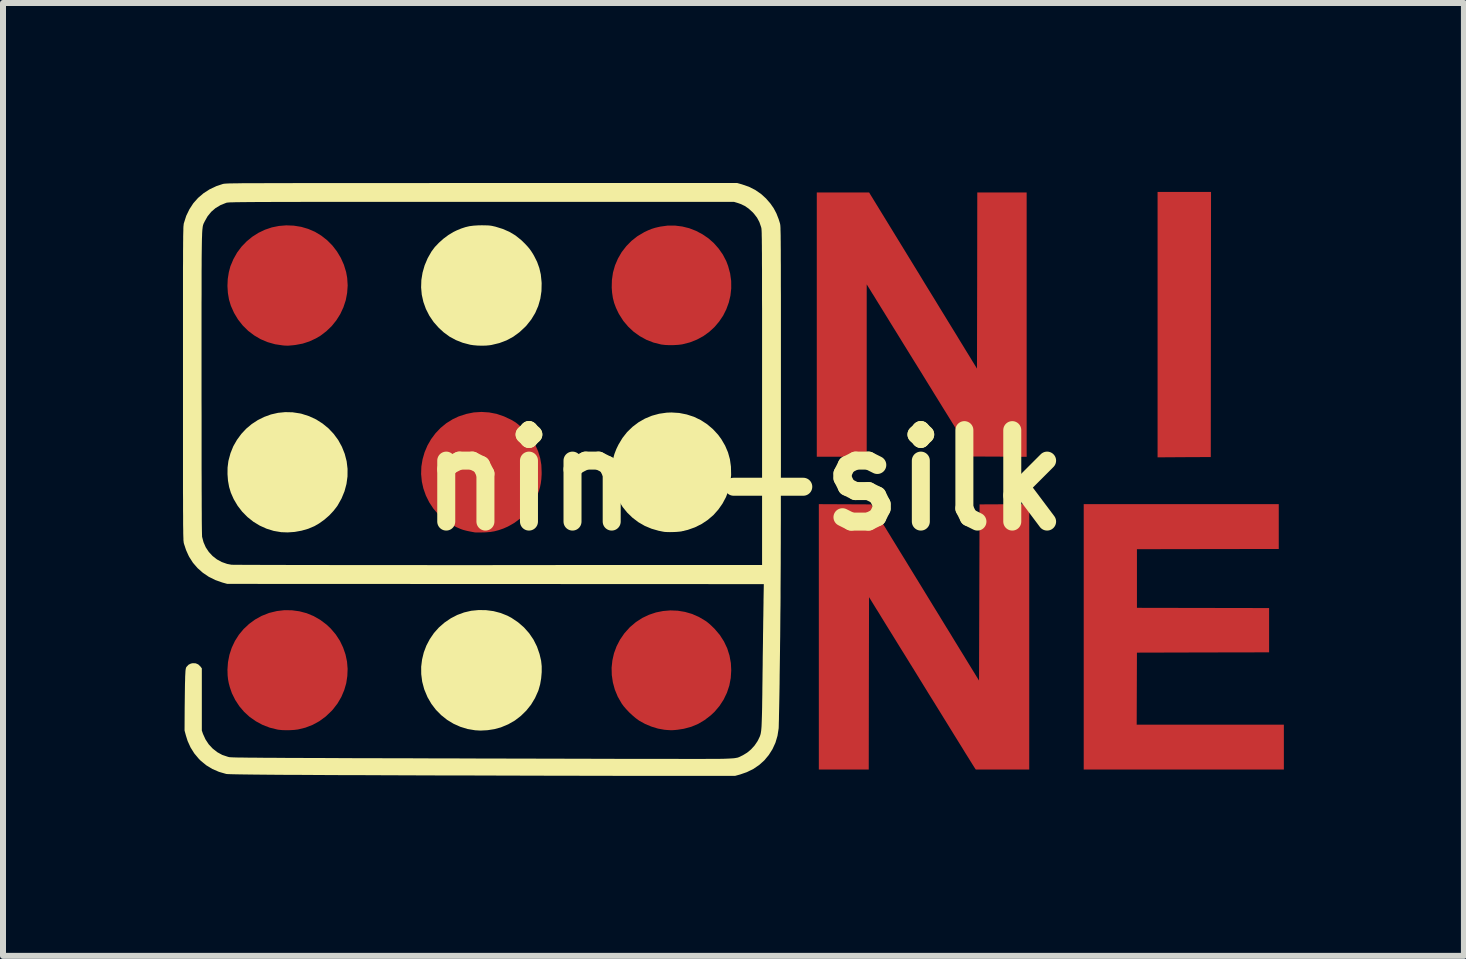
<source format=kicad_pcb>
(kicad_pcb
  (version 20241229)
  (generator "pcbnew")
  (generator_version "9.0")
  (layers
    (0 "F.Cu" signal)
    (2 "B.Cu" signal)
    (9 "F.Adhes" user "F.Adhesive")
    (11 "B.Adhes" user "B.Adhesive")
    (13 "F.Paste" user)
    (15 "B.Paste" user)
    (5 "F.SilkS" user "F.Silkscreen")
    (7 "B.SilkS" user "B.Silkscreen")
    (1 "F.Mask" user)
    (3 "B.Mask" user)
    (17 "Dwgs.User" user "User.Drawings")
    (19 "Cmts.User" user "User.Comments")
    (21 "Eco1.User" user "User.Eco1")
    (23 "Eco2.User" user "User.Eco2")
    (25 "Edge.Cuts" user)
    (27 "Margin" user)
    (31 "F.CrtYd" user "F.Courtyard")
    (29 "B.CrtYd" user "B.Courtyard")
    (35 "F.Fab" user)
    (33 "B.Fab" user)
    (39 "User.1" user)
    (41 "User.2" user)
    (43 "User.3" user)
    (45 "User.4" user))
  (footprint "nine-silk"
    (layer "F.Cu")
    (at 9.359 4.954)
    (property "Reference" "nine-silk" (at 0 0 0) (layer "F.SilkS") (effects (font (size 1.524 1.524) (thickness 0.3))))
    (attr board_only exclude_from_pos_files exclude_from_bom)
    (fp_poly (pts (xy 7.774 -2.596) (xy 7.772 -0.386) (xy 7.328 -0.384) (xy 6.885 -0.381) (xy 6.885 -4.805) (xy 7.776 -4.805)) (stroke (width 0) (type solid)) (fill yes) (layer "F.Cu"))
    (fp_poly (pts (xy 8.905 1.146) (xy 7.723 1.148) (xy 6.541 1.15) (xy 6.541 2.127) (xy 7.642 2.129) (xy 8.744 2.131) (xy 8.744 2.869) (xy 7.642 2.871) (xy 6.541 2.874) (xy 6.539 3.474) (xy 6.537 4.075) (xy 8.99 4.075) (xy 8.99 4.822) (xy 5.654 4.822) (xy 5.654 0.399) (xy 8.905 0.399)) (stroke (width 0) (type solid)) (fill yes) (layer "F.Cu"))
    (fp_poly (pts (xy -7.513 -4.243) (xy -7.388 -4.223) (xy -7.273 -4.189) (xy -7.159 -4.14) (xy -7.053 -4.076) (xy -6.955 -3.999) (xy -6.868 -3.911) (xy -6.792 -3.812) (xy -6.728 -3.705) (xy -6.677 -3.591) (xy -6.64 -3.47) (xy -6.622 -3.371) (xy -6.614 -3.246) (xy -6.623 -3.121) (xy -6.646 -3) (xy -6.685 -2.882) (xy -6.737 -2.77) (xy -6.803 -2.665) (xy -6.881 -2.568) (xy -6.971 -2.482) (xy -7.071 -2.406) (xy -7.147 -2.362) (xy -7.253 -2.313) (xy -7.363 -2.277) (xy -7.48 -2.255) (xy -7.52 -2.25) (xy -7.566 -2.246) (xy -7.601 -2.243) (xy -7.631 -2.243) (xy -7.663 -2.244) (xy -7.696 -2.247) (xy -7.824 -2.266) (xy -7.947 -2.301) (xy -8.064 -2.35) (xy -8.173 -2.414) (xy -8.273 -2.49) (xy -8.363 -2.579) (xy -8.442 -2.679) (xy -8.508 -2.789) (xy -8.561 -2.907) (xy -8.592 -3.01) (xy -8.611 -3.122) (xy -8.618 -3.238) (xy -8.613 -3.354) (xy -8.595 -3.467) (xy -8.569 -3.565) (xy -8.519 -3.684) (xy -8.457 -3.794) (xy -8.383 -3.893) (xy -8.298 -3.981) (xy -8.204 -4.058) (xy -8.102 -4.123) (xy -7.993 -4.175) (xy -7.878 -4.214) (xy -7.759 -4.238) (xy -7.637 -4.248)) (stroke (width 0) (type solid)) (fill yes) (layer "F.Cu"))
    (fp_poly (pts (xy -7.542 2.168) (xy -7.418 2.185) (xy -7.297 2.217) (xy -7.181 2.265) (xy -7.071 2.328) (xy -6.968 2.405) (xy -6.895 2.474) (xy -6.812 2.572) (xy -6.743 2.678) (xy -6.69 2.789) (xy -6.65 2.905) (xy -6.625 3.023) (xy -6.615 3.144) (xy -6.62 3.264) (xy -6.638 3.384) (xy -6.672 3.5) (xy -6.72 3.613) (xy -6.783 3.721) (xy -6.86 3.821) (xy -6.885 3.848) (xy -6.982 3.94) (xy -7.087 4.017) (xy -7.199 4.078) (xy -7.318 4.124) (xy -7.445 4.155) (xy -7.448 4.155) (xy -7.505 4.162) (xy -7.57 4.166) (xy -7.64 4.167) (xy -7.707 4.165) (xy -7.766 4.159) (xy -7.789 4.155) (xy -7.914 4.124) (xy -8.033 4.078) (xy -8.144 4.018) (xy -8.247 3.946) (xy -8.339 3.862) (xy -8.42 3.767) (xy -8.488 3.663) (xy -8.544 3.55) (xy -8.578 3.451) (xy -8.596 3.383) (xy -8.608 3.32) (xy -8.615 3.255) (xy -8.617 3.183) (xy -8.618 3.161) (xy -8.609 3.033) (xy -8.585 2.91) (xy -8.546 2.791) (xy -8.493 2.679) (xy -8.427 2.575) (xy -8.348 2.48) (xy -8.258 2.396) (xy -8.157 2.322) (xy -8.047 2.261) (xy -7.928 2.214) (xy -7.922 2.212) (xy -7.795 2.181) (xy -7.668 2.166)) (stroke (width 0) (type solid)) (fill yes) (layer "F.Cu"))
    (fp_poly (pts (xy -1.038 -4.229) (xy -0.921 -4.2) (xy -0.808 -4.156) (xy -0.702 -4.1) (xy -0.602 -4.032) (xy -0.511 -3.952) (xy -0.431 -3.861) (xy -0.361 -3.761) (xy -0.304 -3.652) (xy -0.273 -3.57) (xy -0.239 -3.445) (xy -0.222 -3.321) (xy -0.221 -3.198) (xy -0.234 -3.078) (xy -0.262 -2.961) (xy -0.303 -2.849) (xy -0.356 -2.743) (xy -0.422 -2.645) (xy -0.499 -2.554) (xy -0.587 -2.473) (xy -0.685 -2.402) (xy -0.792 -2.344) (xy -0.907 -2.298) (xy -1.031 -2.266) (xy -1.048 -2.263) (xy -1.108 -2.256) (xy -1.178 -2.252) (xy -1.25 -2.251) (xy -1.32 -2.254) (xy -1.381 -2.261) (xy -1.392 -2.263) (xy -1.516 -2.294) (xy -1.634 -2.34) (xy -1.745 -2.401) (xy -1.847 -2.474) (xy -1.939 -2.56) (xy -2.02 -2.656) (xy -2.088 -2.763) (xy -2.1 -2.784) (xy -2.142 -2.873) (xy -2.173 -2.956) (xy -2.194 -3.039) (xy -2.207 -3.127) (xy -2.213 -3.21) (xy -2.21 -3.337) (xy -2.192 -3.461) (xy -2.158 -3.581) (xy -2.109 -3.695) (xy -2.047 -3.802) (xy -1.971 -3.9) (xy -1.884 -3.989) (xy -1.785 -4.067) (xy -1.675 -4.132) (xy -1.674 -4.133) (xy -1.609 -4.164) (xy -1.55 -4.188) (xy -1.49 -4.207) (xy -1.422 -4.223) (xy -1.403 -4.227) (xy -1.28 -4.244) (xy -1.158 -4.244)) (stroke (width 0) (type solid)) (fill yes) (layer "F.Cu"))
    (fp_poly (pts (xy -1.113 2.175) (xy -0.992 2.195) (xy -0.874 2.229) (xy -0.76 2.279) (xy -0.652 2.343) (xy -0.611 2.373) (xy -0.585 2.395) (xy -0.553 2.424) (xy -0.519 2.457) (xy -0.496 2.48) (xy -0.411 2.58) (xy -0.342 2.688) (xy -0.288 2.802) (xy -0.25 2.922) (xy -0.227 3.048) (xy -0.221 3.167) (xy -0.229 3.297) (xy -0.253 3.423) (xy -0.293 3.543) (xy -0.348 3.657) (xy -0.417 3.763) (xy -0.5 3.861) (xy -0.562 3.919) (xy -0.665 3.998) (xy -0.773 4.062) (xy -0.888 4.11) (xy -1.011 4.143) (xy -1.114 4.159) (xy -1.165 4.164) (xy -1.208 4.167) (xy -1.248 4.166) (xy -1.293 4.163) (xy -1.337 4.159) (xy -1.442 4.14) (xy -1.55 4.107) (xy -1.656 4.063) (xy -1.755 4.008) (xy -1.765 4.001) (xy -1.813 3.966) (xy -1.866 3.921) (xy -1.92 3.871) (xy -1.971 3.817) (xy -2.015 3.766) (xy -2.047 3.722) (xy -2.112 3.609) (xy -2.161 3.491) (xy -2.194 3.37) (xy -2.212 3.247) (xy -2.215 3.125) (xy -2.202 3.003) (xy -2.175 2.884) (xy -2.132 2.768) (xy -2.075 2.658) (xy -2.003 2.553) (xy -1.917 2.457) (xy -1.906 2.446) (xy -1.809 2.364) (xy -1.704 2.296) (xy -1.592 2.243) (xy -1.476 2.204) (xy -1.356 2.18) (xy -1.235 2.17)) (stroke (width 0) (type solid)) (fill yes) (layer "F.Cu"))
    (fp_poly (pts (xy 2.921 -3.419) (xy 3.007 -3.277) (xy 3.092 -3.139) (xy 3.175 -3.004) (xy 3.254 -2.874) (xy 3.331 -2.749) (xy 3.403 -2.631) (xy 3.472 -2.519) (xy 3.536 -2.415) (xy 3.594 -2.319) (xy 3.647 -2.233) (xy 3.694 -2.156) (xy 3.734 -2.091) (xy 3.768 -2.036) (xy 3.793 -1.994) (xy 3.811 -1.965) (xy 3.82 -1.951) (xy 3.875 -1.86) (xy 3.878 -3.328) (xy 3.88 -4.796) (xy 4.703 -4.796) (xy 4.703 -0.39) (xy 4.257 -0.393) (xy 3.811 -0.395) (xy 3.475 -0.938) (xy 3.418 -1.03) (xy 3.361 -1.122) (xy 3.305 -1.212) (xy 3.252 -1.298) (xy 3.202 -1.379) (xy 3.156 -1.453) (xy 3.116 -1.519) (xy 3.081 -1.575) (xy 3.054 -1.619) (xy 3.039 -1.643) (xy 3.015 -1.682) (xy 2.983 -1.734) (xy 2.945 -1.796) (xy 2.902 -1.865) (xy 2.855 -1.941) (xy 2.805 -2.021) (xy 2.755 -2.102) (xy 2.705 -2.183) (xy 2.695 -2.199) (xy 2.643 -2.283) (xy 2.589 -2.371) (xy 2.534 -2.46) (xy 2.48 -2.547) (xy 2.428 -2.631) (xy 2.381 -2.708) (xy 2.339 -2.776) (xy 2.305 -2.831) (xy 2.266 -2.894) (xy 2.227 -2.957) (xy 2.19 -3.017) (xy 2.156 -3.073) (xy 2.126 -3.12) (xy 2.104 -3.157) (xy 2.098 -3.166) (xy 2.037 -3.264) (xy 2.037 -0.391) (xy 1.205 -0.391) (xy 1.205 -4.796) (xy 2.077 -4.796)) (stroke (width 0) (type solid)) (fill yes) (layer "F.Cu"))
    (fp_poly (pts (xy 4.746 4.822) (xy 3.855 4.822) (xy 3.839 4.799) (xy 3.833 4.789) (xy 3.818 4.766) (xy 3.795 4.729) (xy 3.765 4.681) (xy 3.728 4.621) (xy 3.684 4.551) (xy 3.635 4.471) (xy 3.579 4.381) (xy 3.519 4.284) (xy 3.454 4.179) (xy 3.385 4.067) (xy 3.312 3.949) (xy 3.236 3.826) (xy 3.157 3.698) (xy 3.077 3.57) (xy 2.994 3.435) (xy 2.912 3.302) (xy 2.832 3.172) (xy 2.753 3.045) (xy 2.678 2.923) (xy 2.605 2.806) (xy 2.537 2.696) (xy 2.473 2.592) (xy 2.414 2.497) (xy 2.361 2.411) (xy 2.314 2.335) (xy 2.274 2.27) (xy 2.242 2.217) (xy 2.217 2.177) (xy 2.204 2.157) (xy 2.076 1.949) (xy 2.073 3.385) (xy 2.071 4.822) (xy 1.239 4.822) (xy 1.239 0.399) (xy 1.674 0.401) (xy 2.109 0.403) (xy 2.25 0.632) (xy 2.291 0.7) (xy 2.339 0.778) (xy 2.393 0.866) (xy 2.453 0.964) (xy 2.52 1.073) (xy 2.594 1.194) (xy 2.676 1.327) (xy 2.765 1.473) (xy 2.862 1.631) (xy 2.967 1.802) (xy 3.08 1.987) (xy 3.173 2.139) (xy 3.233 2.236) (xy 3.295 2.338) (xy 3.36 2.444) (xy 3.425 2.549) (xy 3.488 2.653) (xy 3.549 2.752) (xy 3.605 2.844) (xy 3.656 2.926) (xy 3.696 2.992) (xy 3.909 3.339) (xy 3.918 0.403) (xy 4.332 0.401) (xy 4.746 0.399)) (stroke (width 0) (type solid)) (fill yes) (layer "F.Cu"))
    (fp_poly (pts (xy -4.258 -1.13) (xy -4.132 -1.106) (xy -4.009 -1.064) (xy -3.888 -1.007) (xy -3.813 -0.962) (xy -3.783 -0.939) (xy -3.745 -0.907) (xy -3.703 -0.867) (xy -3.66 -0.825) (xy -3.62 -0.782) (xy -3.585 -0.743) (xy -3.559 -0.711) (xy -3.555 -0.703) (xy -3.489 -0.592) (xy -3.44 -0.482) (xy -3.406 -0.371) (xy -3.386 -0.256) (xy -3.381 -0.135) (xy -3.381 -0.098) (xy -3.386 -0.018) (xy -3.395 0.051) (xy -3.408 0.115) (xy -3.427 0.18) (xy -3.447 0.234) (xy -3.5 0.348) (xy -3.567 0.454) (xy -3.647 0.551) (xy -3.737 0.638) (xy -3.837 0.712) (xy -3.945 0.773) (xy -4.02 0.806) (xy -4.096 0.832) (xy -4.167 0.851) (xy -4.238 0.863) (xy -4.316 0.869) (xy -4.355 0.87) (xy -4.401 0.871) (xy -4.442 0.871) (xy -4.475 0.871) (xy -4.496 0.87) (xy -4.499 0.869) (xy -4.563 0.857) (xy -4.614 0.847) (xy -4.655 0.837) (xy -4.692 0.827) (xy -4.726 0.815) (xy -4.762 0.8) (xy -4.801 0.783) (xy -4.911 0.725) (xy -5.013 0.653) (xy -5.105 0.568) (xy -5.186 0.473) (xy -5.255 0.368) (xy -5.311 0.255) (xy -5.353 0.135) (xy -5.378 0.023) (xy -5.39 -0.103) (xy -5.386 -0.227) (xy -5.366 -0.348) (xy -5.332 -0.466) (xy -5.284 -0.579) (xy -5.223 -0.685) (xy -5.15 -0.783) (xy -5.065 -0.872) (xy -4.97 -0.95) (xy -4.864 -1.016) (xy -4.767 -1.062) (xy -4.64 -1.104) (xy -4.512 -1.13) (xy -4.385 -1.138)) (stroke (width 0) (type solid)) (fill yes) (layer "F.Cu"))
    (fp_poly (pts (xy -7.532 -1.132) (xy -7.408 -1.113) (xy -7.381 -1.107) (xy -7.257 -1.067) (xy -7.14 -1.013) (xy -7.033 -0.945) (xy -6.935 -0.865) (xy -6.848 -0.773) (xy -6.772 -0.67) (xy -6.71 -0.557) (xy -6.663 -0.439) (xy -6.631 -0.315) (xy -6.616 -0.189) (xy -6.617 -0.063) (xy -6.634 0.062) (xy -6.667 0.185) (xy -6.716 0.304) (xy -6.78 0.418) (xy -6.788 0.431) (xy -6.849 0.51) (xy -6.922 0.588) (xy -7.004 0.659) (xy -7.091 0.721) (xy -7.169 0.766) (xy -7.271 0.809) (xy -7.382 0.841) (xy -7.498 0.862) (xy -7.614 0.87) (xy -7.723 0.866) (xy -7.847 0.845) (xy -7.966 0.808) (xy -8.079 0.757) (xy -8.186 0.692) (xy -8.284 0.614) (xy -8.372 0.525) (xy -8.449 0.425) (xy -8.514 0.315) (xy -8.561 0.209) (xy -8.59 0.113) (xy -8.609 0.008) (xy -8.617 -0.101) (xy -8.616 -0.21) (xy -8.603 -0.314) (xy -8.6 -0.329) (xy -8.567 -0.451) (xy -8.52 -0.567) (xy -8.459 -0.673) (xy -8.387 -0.771) (xy -8.305 -0.859) (xy -8.213 -0.936) (xy -8.112 -1.002) (xy -8.005 -1.055) (xy -7.893 -1.096) (xy -7.775 -1.123) (xy -7.655 -1.135)) (stroke (width 0) (type solid)) (fill yes) (layer "F.SilkS"))
    (fp_poly (pts (xy -4.307 2.166) (xy -4.184 2.182) (xy -4.065 2.213) (xy -3.952 2.258) (xy -3.884 2.294) (xy -3.773 2.369) (xy -3.675 2.454) (xy -3.589 2.551) (xy -3.517 2.657) (xy -3.459 2.773) (xy -3.416 2.897) (xy -3.39 3.008) (xy -3.38 3.1) (xy -3.38 3.199) (xy -3.389 3.302) (xy -3.406 3.402) (xy -3.432 3.494) (xy -3.438 3.512) (xy -3.491 3.63) (xy -3.557 3.74) (xy -3.636 3.839) (xy -3.727 3.928) (xy -3.827 4.005) (xy -3.937 4.068) (xy -4.054 4.117) (xy -4.058 4.119) (xy -4.168 4.149) (xy -4.284 4.167) (xy -4.4 4.173) (xy -4.489 4.168) (xy -4.615 4.147) (xy -4.736 4.11) (xy -4.85 4.059) (xy -4.957 3.994) (xy -5.055 3.916) (xy -5.143 3.827) (xy -5.219 3.727) (xy -5.283 3.617) (xy -5.333 3.498) (xy -5.339 3.482) (xy -5.372 3.358) (xy -5.388 3.233) (xy -5.389 3.109) (xy -5.374 2.988) (xy -5.345 2.869) (xy -5.302 2.756) (xy -5.245 2.648) (xy -5.176 2.547) (xy -5.094 2.455) (xy -5 2.373) (xy -4.894 2.301) (xy -4.788 2.246) (xy -4.674 2.204) (xy -4.554 2.176) (xy -4.431 2.164)) (stroke (width 0) (type solid)) (fill yes) (layer "F.SilkS"))
    (fp_poly (pts (xy -1.089 -1.121) (xy -0.963 -1.096) (xy -0.843 -1.057) (xy -0.729 -1.002) (xy -0.624 -0.934) (xy -0.527 -0.852) (xy -0.44 -0.758) (xy -0.386 -0.684) (xy -0.323 -0.576) (xy -0.275 -0.464) (xy -0.243 -0.349) (xy -0.226 -0.227) (xy -0.223 -0.097) (xy -0.223 -0.086) (xy -0.236 0.042) (xy -0.265 0.164) (xy -0.308 0.28) (xy -0.366 0.389) (xy -0.436 0.489) (xy -0.517 0.58) (xy -0.61 0.66) (xy -0.713 0.729) (xy -0.825 0.785) (xy -0.946 0.828) (xy -1.056 0.854) (xy -1.092 0.858) (xy -1.138 0.862) (xy -1.19 0.864) (xy -1.243 0.865) (xy -1.29 0.864) (xy -1.329 0.862) (xy -1.341 0.86) (xy -1.36 0.857) (xy -1.389 0.851) (xy -1.423 0.844) (xy -1.426 0.844) (xy -1.548 0.809) (xy -1.663 0.761) (xy -1.77 0.699) (xy -1.867 0.625) (xy -1.955 0.54) (xy -2.031 0.446) (xy -2.095 0.342) (xy -2.146 0.232) (xy -2.184 0.115) (xy -2.207 -0.007) (xy -2.214 -0.133) (xy -2.213 -0.169) (xy -2.206 -0.267) (xy -2.191 -0.354) (xy -2.168 -0.437) (xy -2.136 -0.52) (xy -2.1 -0.594) (xy -2.034 -0.704) (xy -1.956 -0.803) (xy -1.866 -0.89) (xy -1.767 -0.965) (xy -1.659 -1.027) (xy -1.543 -1.075) (xy -1.422 -1.108) (xy -1.296 -1.126) (xy -1.218 -1.129)) (stroke (width 0) (type solid)) (fill yes) (layer "F.SilkS"))
    (fp_poly (pts (xy -4.321 -4.248) (xy -4.277 -4.247) (xy -4.242 -4.244) (xy -4.209 -4.239) (xy -4.174 -4.231) (xy -4.151 -4.226) (xy -4.029 -4.188) (xy -3.919 -4.14) (xy -3.817 -4.079) (xy -3.723 -4.004) (xy -3.659 -3.942) (xy -3.617 -3.897) (xy -3.584 -3.858) (xy -3.556 -3.819) (xy -3.527 -3.774) (xy -3.508 -3.741) (xy -3.457 -3.64) (xy -3.42 -3.537) (xy -3.395 -3.429) (xy -3.383 -3.311) (xy -3.381 -3.285) (xy -3.384 -3.152) (xy -3.403 -3.025) (xy -3.438 -2.903) (xy -3.488 -2.788) (xy -3.554 -2.679) (xy -3.635 -2.577) (xy -3.655 -2.556) (xy -3.752 -2.466) (xy -3.855 -2.391) (xy -3.966 -2.331) (xy -4.085 -2.286) (xy -4.214 -2.255) (xy -4.245 -2.25) (xy -4.305 -2.244) (xy -4.375 -2.242) (xy -4.448 -2.244) (xy -4.517 -2.25) (xy -4.571 -2.258) (xy -4.697 -2.291) (xy -4.811 -2.336) (xy -4.916 -2.393) (xy -5.013 -2.464) (xy -5.094 -2.538) (xy -5.181 -2.636) (xy -5.253 -2.742) (xy -5.31 -2.854) (xy -5.352 -2.971) (xy -5.379 -3.091) (xy -5.39 -3.213) (xy -5.386 -3.337) (xy -5.366 -3.46) (xy -5.331 -3.582) (xy -5.28 -3.702) (xy -5.215 -3.815) (xy -5.161 -3.887) (xy -5.093 -3.958) (xy -5.017 -4.026) (xy -4.935 -4.087) (xy -4.852 -4.137) (xy -4.799 -4.163) (xy -4.722 -4.195) (xy -4.652 -4.218) (xy -4.585 -4.234) (xy -4.514 -4.243) (xy -4.436 -4.248) (xy -4.376 -4.249)) (stroke (width 0) (type solid)) (fill yes) (layer "F.SilkS"))
    (fp_poly (pts (xy -0.042 -4.931) (xy 0.074 -4.891) (xy 0.179 -4.838) (xy 0.275 -4.772) (xy 0.362 -4.693) (xy 0.362 -4.692) (xy 0.43 -4.614) (xy 0.486 -4.534) (xy 0.532 -4.447) (xy 0.57 -4.35) (xy 0.592 -4.279) (xy 0.593 -4.273) (xy 0.594 -4.267) (xy 0.596 -4.258) (xy 0.597 -4.248) (xy 0.598 -4.235) (xy 0.599 -4.219) (xy 0.6 -4.199) (xy 0.6 -4.175) (xy 0.601 -4.147) (xy 0.602 -4.112) (xy 0.603 -4.072) (xy 0.603 -4.026) (xy 0.604 -3.972) (xy 0.604 -3.911) (xy 0.605 -3.842) (xy 0.605 -3.765) (xy 0.605 -3.678) (xy 0.606 -3.582) (xy 0.606 -3.476) (xy 0.606 -3.359) (xy 0.606 -3.23) (xy 0.607 -3.09) (xy 0.607 -2.938) (xy 0.607 -2.772) (xy 0.607 -2.593) (xy 0.607 -2.401) (xy 0.607 -2.194) (xy 0.607 -1.972) (xy 0.607 -1.734) (xy 0.607 -1.48) (xy 0.607 -1.299) (xy 0.607 -1.002) (xy 0.607 -0.721) (xy 0.607 -0.456) (xy 0.607 -0.206) (xy 0.606 0.031) (xy 0.606 0.255) (xy 0.606 0.467) (xy 0.606 0.667) (xy 0.605 0.857) (xy 0.605 1.037) (xy 0.604 1.208) (xy 0.604 1.371) (xy 0.603 1.527) (xy 0.602 1.676) (xy 0.601 1.819) (xy 0.601 1.957) (xy 0.6 2.091) (xy 0.598 2.222) (xy 0.597 2.35) (xy 0.596 2.476) (xy 0.595 2.601) (xy 0.593 2.727) (xy 0.592 2.835) (xy 0.59 2.979) (xy 0.588 3.119) (xy 0.586 3.255) (xy 0.585 3.385) (xy 0.583 3.508) (xy 0.581 3.623) (xy 0.579 3.73) (xy 0.577 3.827) (xy 0.575 3.913) (xy 0.574 3.986) (xy 0.572 4.047) (xy 0.571 4.094) (xy 0.57 4.125) (xy 0.569 4.139) (xy 0.55 4.26) (xy 0.516 4.375) (xy 0.467 4.482) (xy 0.405 4.58) (xy 0.331 4.669) (xy 0.244 4.747) (xy 0.147 4.813) (xy 0.039 4.866) (xy -0.073 4.905) (xy -0.157 4.928) (xy -1.07 4.928) (xy -1.211 4.928) (xy -1.366 4.928) (xy -1.533 4.928) (xy -1.709 4.928) (xy -1.89 4.928) (xy -2.074 4.928) (xy -2.259 4.927) (xy -2.441 4.927) (xy -2.617 4.927) (xy -2.786 4.926) (xy -2.943 4.926) (xy -2.988 4.926) (xy -3.374 4.925) (xy -3.744 4.924) (xy -4.097 4.923) (xy -4.434 4.922) (xy -4.755 4.921) (xy -5.061 4.921) (xy -5.352 4.92) (xy -5.628 4.919) (xy -5.889 4.918) (xy -6.137 4.917) (xy -6.37 4.916) (xy -6.59 4.916) (xy -6.797 4.915) (xy -6.991 4.914) (xy -7.172 4.913) (xy -7.341 4.912) (xy -7.498 4.911) (xy -7.644 4.911) (xy -7.778 4.91) (xy -7.901 4.909) (xy -8.013 4.908) (xy -8.115 4.907) (xy -8.207 4.906) (xy -8.289 4.905) (xy -8.361 4.904) (xy -8.425 4.903) (xy -8.479 4.902) (xy -8.525 4.901) (xy -8.563 4.9) (xy -8.593 4.899) (xy -8.615 4.898) (xy -8.63 4.897) (xy -8.638 4.896) (xy -8.759 4.861) (xy -8.87 4.813) (xy -8.972 4.751) (xy -9.064 4.675) (xy -9.094 4.645) (xy -9.171 4.553) (xy -9.233 4.454) (xy -9.282 4.346) (xy -9.31 4.257) (xy -9.333 4.172) (xy -9.331 3.799) (xy -9.33 3.714) (xy -9.329 3.629) (xy -9.328 3.546) (xy -9.327 3.468) (xy -9.326 3.398) (xy -9.324 3.339) (xy -9.323 3.292) (xy -9.323 3.279) (xy -9.32 3.225) (xy -9.318 3.185) (xy -9.315 3.156) (xy -9.311 3.136) (xy -9.307 3.122) (xy -9.301 3.112) (xy -9.299 3.11) (xy -9.266 3.075) (xy -9.227 3.056) (xy -9.196 3.05) (xy -9.147 3.052) (xy -9.105 3.07) (xy -9.07 3.103) (xy -9.07 3.103) (xy -9.045 3.136) (xy -9.045 4.172) (xy -9.026 4.228) (xy -8.984 4.32) (xy -8.93 4.402) (xy -8.864 4.473) (xy -8.788 4.533) (xy -8.704 4.579) (xy -8.611 4.61) (xy -8.592 4.615) (xy -8.585 4.616) (xy -8.574 4.617) (xy -8.558 4.618) (xy -8.538 4.619) (xy -8.512 4.62) (xy -8.479 4.621) (xy -8.441 4.622) (xy -8.395 4.622) (xy -8.342 4.623) (xy -8.281 4.624) (xy -8.211 4.625) (xy -8.132 4.625) (xy -8.043 4.626) (xy -7.944 4.627) (xy -7.834 4.627) (xy -7.713 4.628) (xy -7.58 4.629) (xy -7.435 4.629) (xy -7.278 4.63) (xy -7.106 4.63) (xy -6.921 4.631) (xy -6.722 4.632) (xy -6.508 4.633) (xy -6.278 4.633) (xy -6.032 4.634) (xy -5.785 4.635) (xy -5.552 4.635) (xy -5.315 4.636) (xy -5.074 4.637) (xy -4.83 4.637) (xy -4.586 4.638) (xy -4.342 4.639) (xy -4.099 4.639) (xy -3.859 4.64) (xy -3.622 4.64) (xy -3.39 4.641) (xy -3.163 4.641) (xy -2.944 4.642) (xy -2.733 4.642) (xy -2.531 4.643) (xy -2.34 4.643) (xy -2.16 4.644) (xy -1.993 4.644) (xy -1.84 4.644) (xy -1.702 4.644) (xy -1.617 4.645) (xy -1.433 4.645) (xy -1.264 4.645) (xy -1.111 4.645) (xy -0.973 4.646) (xy -0.848 4.646) (xy -0.737 4.646) (xy -0.637 4.645) (xy -0.549 4.645) (xy -0.472 4.645) (xy -0.404 4.644) (xy -0.346 4.643) (xy -0.295 4.641) (xy -0.252 4.639) (xy -0.216 4.637) (xy -0.185 4.635) (xy -0.159 4.632) (xy -0.138 4.628) (xy -0.12 4.625) (xy -0.104 4.62) (xy -0.09 4.615) (xy -0.078 4.609) (xy -0.065 4.603) (xy -0.052 4.596) (xy -0.037 4.589) (xy -0.025 4.583) (xy 0.044 4.541) (xy 0.11 4.486) (xy 0.168 4.422) (xy 0.215 4.353) (xy 0.228 4.329) (xy 0.237 4.31) (xy 0.245 4.293) (xy 0.253 4.277) (xy 0.259 4.261) (xy 0.265 4.243) (xy 0.27 4.224) (xy 0.274 4.201) (xy 0.278 4.174) (xy 0.281 4.142) (xy 0.284 4.104) (xy 0.286 4.059) (xy 0.288 4.005) (xy 0.29 3.942) (xy 0.292 3.869) (xy 0.294 3.784) (xy 0.295 3.688) (xy 0.297 3.578) (xy 0.298 3.453) (xy 0.3 3.314) (xy 0.301 3.213) (xy 0.303 3.082) (xy 0.304 2.951) (xy 0.306 2.822) (xy 0.308 2.696) (xy 0.309 2.576) (xy 0.311 2.461) (xy 0.312 2.355) (xy 0.314 2.258) (xy 0.315 2.172) (xy 0.316 2.1) (xy 0.317 2.041) (xy 0.317 2.006) (xy 0.322 1.732) (xy -4.15 1.73) (xy -8.621 1.728) (xy -8.704 1.705) (xy -8.82 1.664) (xy -8.929 1.61) (xy -9.028 1.543) (xy -9.116 1.465) (xy -9.193 1.376) (xy -9.256 1.277) (xy -9.27 1.249) (xy -9.308 1.164) (xy -9.339 1.07) (xy -9.344 1.053) (xy -9.346 1.047) (xy -9.347 1.04) (xy -9.348 1.032) (xy -9.349 1.021) (xy -9.351 1.007) (xy -9.352 0.991) (xy -9.352 0.97) (xy -9.353 0.945) (xy -9.354 0.915) (xy -9.355 0.879) (xy -9.355 0.837) (xy -9.356 0.788) (xy -9.357 0.732) (xy -9.357 0.668) (xy -9.357 0.595) (xy -9.358 0.514) (xy -9.358 0.423) (xy -9.358 0.322) (xy -9.359 0.21) (xy -9.359 0.086) (xy -9.359 -0.049) (xy -9.359 -0.197) (xy -9.359 -0.357) (xy -9.359 -0.531) (xy -9.359 -0.72) (xy -9.359 -0.923) (xy -9.359 -1.141) (xy -9.359 -1.376) (xy -9.359 -1.613) (xy -9.359 -1.863) (xy -9.359 -2.096) (xy -9.359 -2.313) (xy -9.359 -2.515) (xy -9.359 -2.602) (xy -9.05 -2.602) (xy -9.05 -2.407) (xy -9.05 -2.198) (xy -9.05 -1.974) (xy -9.05 -1.733) (xy -9.05 -1.62) (xy -9.05 -1.34) (xy -9.049 -1.077) (xy -9.049 -0.831) (xy -9.049 -0.602) (xy -9.049 -0.389) (xy -9.049 -0.192) (xy -9.048 -0.012) (xy -9.048 0.152) (xy -9.047 0.301) (xy -9.047 0.434) (xy -9.046 0.551) (xy -9.046 0.652) (xy -9.045 0.738) (xy -9.044 0.809) (xy -9.043 0.865) (xy -9.042 0.906) (xy -9.041 0.932) (xy -9.041 0.942) (xy -9.017 1.033) (xy -8.98 1.118) (xy -8.929 1.195) (xy -8.866 1.263) (xy -8.793 1.32) (xy -8.712 1.364) (xy -8.624 1.395) (xy -8.551 1.409) (xy -8.539 1.409) (xy -8.51 1.41) (xy -8.466 1.41) (xy -8.406 1.41) (xy -8.331 1.411) (xy -8.242 1.411) (xy -8.139 1.411) (xy -8.022 1.412) (xy -7.893 1.412) (xy -7.751 1.412) (xy -7.597 1.413) (xy -7.432 1.413) (xy -7.256 1.413) (xy -7.069 1.413) (xy -6.873 1.414) (xy -6.667 1.414) (xy -6.453 1.414) (xy -6.23 1.414) (xy -5.999 1.414) (xy -5.761 1.414) (xy -5.516 1.414) (xy -5.265 1.415) (xy -5.008 1.415) (xy -4.746 1.415) (xy -4.479 1.415) (xy -4.208 1.415) (xy -4.1 1.414) (xy 0.293 1.413) (xy 0.293 -1.375) (xy 0.293 -1.634) (xy 0.293 -1.876) (xy 0.293 -2.102) (xy 0.293 -2.313) (xy 0.293 -2.509) (xy 0.293 -2.69) (xy 0.293 -2.858) (xy 0.292 -3.013) (xy 0.292 -3.156) (xy 0.292 -3.286) (xy 0.292 -3.405) (xy 0.292 -3.513) (xy 0.291 -3.611) (xy 0.291 -3.699) (xy 0.291 -3.777) (xy 0.29 -3.847) (xy 0.29 -3.909) (xy 0.289 -3.963) (xy 0.289 -4.01) (xy 0.288 -4.05) (xy 0.287 -4.085) (xy 0.287 -4.114) (xy 0.286 -4.138) (xy 0.285 -4.158) (xy 0.284 -4.174) (xy 0.283 -4.187) (xy 0.282 -4.198) (xy 0.28 -4.206) (xy 0.279 -4.213) (xy 0.277 -4.218) (xy 0.277 -4.219) (xy 0.248 -4.303) (xy 0.209 -4.376) (xy 0.158 -4.442) (xy 0.132 -4.47) (xy 0.069 -4.527) (xy 0.005 -4.571) (xy -0.065 -4.604) (xy -0.11 -4.62) (xy -0.174 -4.639) (xy -4.38 -4.639) (xy -4.7 -4.639) (xy -5.002 -4.639) (xy -5.289 -4.639) (xy -5.56 -4.639) (xy -5.816 -4.639) (xy -6.057 -4.639) (xy -6.283 -4.639) (xy -6.496 -4.639) (xy -6.695 -4.639) (xy -6.882 -4.639) (xy -7.056 -4.639) (xy -7.218 -4.639) (xy -7.368 -4.639) (xy -7.507 -4.638) (xy -7.635 -4.638) (xy -7.753 -4.638) (xy -7.861 -4.638) (xy -7.959 -4.637) (xy -8.049 -4.637) (xy -8.13 -4.637) (xy -8.203 -4.636) (xy -8.269 -4.636) (xy -8.327 -4.635) (xy -8.379 -4.635) (xy -8.424 -4.634) (xy -8.463 -4.634) (xy -8.497 -4.633) (xy -8.526 -4.632) (xy -8.55 -4.632) (xy -8.571 -4.631) (xy -8.588 -4.63) (xy -8.601 -4.629) (xy -8.612 -4.628) (xy -8.621 -4.627) (xy -8.627 -4.626) (xy -8.633 -4.625) (xy -8.637 -4.624) (xy -8.637 -4.624) (xy -8.732 -4.586) (xy -8.816 -4.536) (xy -8.888 -4.474) (xy -8.949 -4.399) (xy -8.995 -4.318) (xy -9 -4.308) (xy -9.005 -4.298) (xy -9.009 -4.289) (xy -9.014 -4.281) (xy -9.018 -4.271) (xy -9.021 -4.261) (xy -9.025 -4.25) (xy -9.028 -4.236) (xy -9.031 -4.219) (xy -9.033 -4.199) (xy -9.036 -4.175) (xy -9.038 -4.146) (xy -9.04 -4.113) (xy -9.041 -4.073) (xy -9.043 -4.028) (xy -9.044 -3.975) (xy -9.045 -3.916) (xy -9.046 -3.848) (xy -9.047 -3.771) (xy -9.048 -3.686) (xy -9.048 -3.591) (xy -9.049 -3.485) (xy -9.049 -3.368) (xy -9.049 -3.24) (xy -9.049 -3.1) (xy -9.05 -2.947) (xy -9.05 -2.781) (xy -9.05 -2.602) (xy -9.359 -2.602) (xy -9.359 -2.703) (xy -9.359 -2.876) (xy -9.359 -3.036) (xy -9.359 -3.183) (xy -9.359 -3.317) (xy -9.359 -3.44) (xy -9.359 -3.551) (xy -9.358 -3.652) (xy -9.358 -3.742) (xy -9.358 -3.823) (xy -9.357 -3.895) (xy -9.357 -3.959) (xy -9.356 -4.015) (xy -9.356 -4.064) (xy -9.355 -4.105) (xy -9.354 -4.141) (xy -9.353 -4.172) (xy -9.353 -4.197) (xy -9.352 -4.218) (xy -9.351 -4.235) (xy -9.349 -4.249) (xy -9.348 -4.26) (xy -9.347 -4.269) (xy -9.346 -4.277) (xy -9.344 -4.284) (xy -9.343 -4.287) (xy -9.305 -4.407) (xy -9.252 -4.516) (xy -9.187 -4.616) (xy -9.108 -4.705) (xy -9.018 -4.782) (xy -8.916 -4.848) (xy -8.802 -4.902) (xy -8.693 -4.938) (xy -8.688 -4.939) (xy -8.683 -4.94) (xy -8.676 -4.941) (xy -8.667 -4.942) (xy -8.656 -4.943) (xy -8.642 -4.944) (xy -8.624 -4.945) (xy -8.604 -4.946) (xy -8.579 -4.947) (xy -8.549 -4.947) (xy -8.515 -4.948) (xy -8.475 -4.948) (xy -8.429 -4.949) (xy -8.377 -4.95) (xy -8.318 -4.95) (xy -8.252 -4.95) (xy -8.179 -4.951) (xy -8.097 -4.951) (xy -8.007 -4.951) (xy -7.908 -4.952) (xy -7.799 -4.952) (xy -7.681 -4.952) (xy -7.552 -4.952) (xy -7.413 -4.953) (xy -7.263 -4.953) (xy -7.1 -4.953) (xy -6.926 -4.953) (xy -6.74 -4.953) (xy -6.54 -4.953) (xy -6.327 -4.953) (xy -6.1 -4.953) (xy -5.859 -4.953) (xy -5.603 -4.953) (xy -5.332 -4.953) (xy -5.046 -4.954) (xy -4.743 -4.954) (xy -4.424 -4.954) (xy -0.123 -4.954)) (stroke (width 0) (type solid)) (fill yes) (layer "F.SilkS")))
  (gr_rect
    (start -3 -3)
    (end 21.35 12.882)
    (stroke (width 0.1) (type default))
    (fill no)
    (layer "Edge.Cuts")))
</source>
